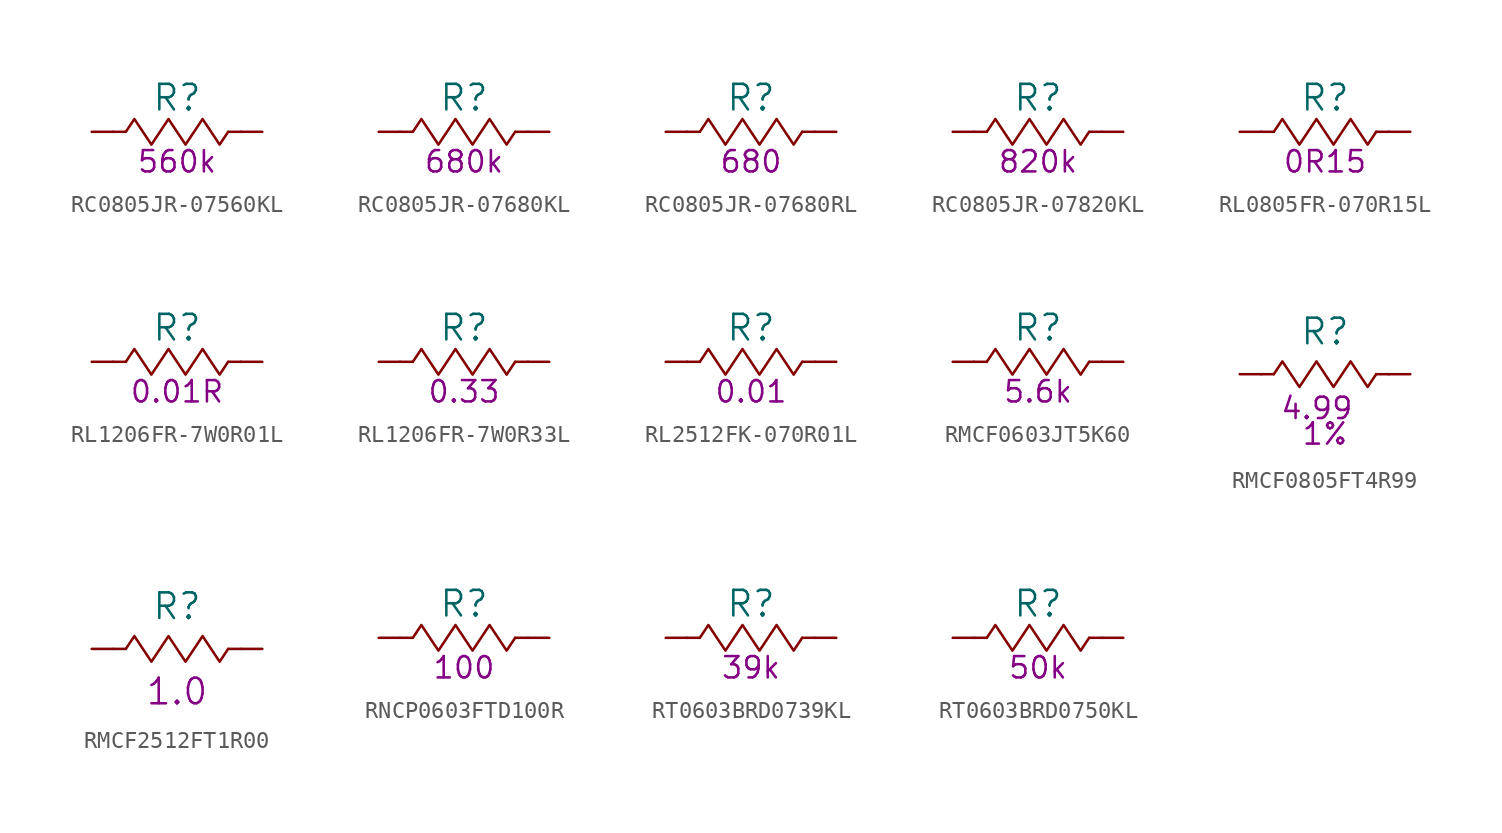
<source format=kicad_sym>
(kicad_symbol_lib
  (version 20220914)
  (generator kicad_symbol_editor)
  (symbol "RC0805JR-07560KL"
    (pin_numbers hide)
    (pin_names
      (offset 0) hide)
    (property "Reference" "R"
      (at 0 2.032 0)
      (effects (font (size 1.524 1.524))))
    (property "Resistance (Ohms)" "560k"
      (at 0 -1.778 0)
      (effects (font (size 1.27 1.27))))
    (symbol "RC0805JR-07560KL_0_1"
      (rectangle (start -3.048 0) (end -3.81 0) (stroke (width 0) (type default)) (fill (type none)))
      (polyline (pts (xy -3.048 0) (xy -2.54 0.762) (xy -2.032 0) (xy -1.524 -0.762) (xy -1.016 0) (xy -0.508 0.762) (xy 0 0) (xy 0.508 -0.762) (xy 1.016 0) (xy 1.524 0.762) (xy 2.032 0) (xy 2.54 -0.762) (xy 3.048 0)) (stroke (width 0) (type default)) (fill (type none)))
      (rectangle (start 3.81 0) (end 3.048 0) (stroke (width 0) (type default)) (fill (type none))))
    (symbol "RC0805JR-07560KL_1_1"
      (pin passive line (at -5.08 0 0) (length 1.27) (name "1" (effects (font (size 1.27 1.27)))) (number "1" (effects (font (size 1.27 1.27)))))
      (pin passive line (at 5.08 0 180) (length 1.27) (name "2" (effects (font (size 1.27 1.27)))) (number "2" (effects (font (size 1.27 1.27)))))))
  (symbol "RC0805JR-07680KL"
    (pin_numbers hide)
    (pin_names
      (offset 0) hide)
    (property "Reference" "R"
      (at 0 2.032 0)
      (effects (font (size 1.524 1.524))))
    (property "Resistance (Ohms)" "680k"
      (at 0 -1.778 0)
      (effects (font (size 1.27 1.27))))
    (symbol "RC0805JR-07680KL_0_1"
      (rectangle (start -3.048 0) (end -3.81 0) (stroke (width 0) (type default)) (fill (type none)))
      (polyline (pts (xy -3.048 0) (xy -2.54 0.762) (xy -2.032 0) (xy -1.524 -0.762) (xy -1.016 0) (xy -0.508 0.762) (xy 0 0) (xy 0.508 -0.762) (xy 1.016 0) (xy 1.524 0.762) (xy 2.032 0) (xy 2.54 -0.762) (xy 3.048 0)) (stroke (width 0) (type default)) (fill (type none)))
      (rectangle (start 3.81 0) (end 3.048 0) (stroke (width 0) (type default)) (fill (type none))))
    (symbol "RC0805JR-07680KL_1_1"
      (pin passive line (at -5.08 0 0) (length 1.27) (name "1" (effects (font (size 1.27 1.27)))) (number "1" (effects (font (size 1.27 1.27)))))
      (pin passive line (at 5.08 0 180) (length 1.27) (name "2" (effects (font (size 1.27 1.27)))) (number "2" (effects (font (size 1.27 1.27)))))))
  (symbol "RC0805JR-07680RL"
    (pin_numbers hide)
    (pin_names
      (offset 0) hide)
    (property "Reference" "R"
      (at 0 2.032 0)
      (effects (font (size 1.524 1.524))))
    (property "Resistance (Ohms)" "680"
      (at 0 -1.778 0)
      (effects (font (size 1.27 1.27))))
    (symbol "RC0805JR-07680RL_0_1"
      (rectangle (start -3.048 0) (end -3.81 0) (stroke (width 0) (type default)) (fill (type none)))
      (polyline (pts (xy -3.048 0) (xy -2.54 0.762) (xy -2.032 0) (xy -1.524 -0.762) (xy -1.016 0) (xy -0.508 0.762) (xy 0 0) (xy 0.508 -0.762) (xy 1.016 0) (xy 1.524 0.762) (xy 2.032 0) (xy 2.54 -0.762) (xy 3.048 0)) (stroke (width 0) (type default)) (fill (type none)))
      (rectangle (start 3.81 0) (end 3.048 0) (stroke (width 0) (type default)) (fill (type none))))
    (symbol "RC0805JR-07680RL_1_1"
      (pin passive line (at -5.08 0 0) (length 1.27) (name "1" (effects (font (size 1.27 1.27)))) (number "1" (effects (font (size 1.27 1.27)))))
      (pin passive line (at 5.08 0 180) (length 1.27) (name "2" (effects (font (size 1.27 1.27)))) (number "2" (effects (font (size 1.27 1.27)))))))
  (symbol "RC0805JR-07820KL"
    (pin_numbers hide)
    (pin_names
      (offset 0) hide)
    (property "Reference" "R"
      (at 0 2.032 0)
      (effects (font (size 1.524 1.524))))
    (property "Resistance (Ohms)" "820k"
      (at 0 -1.778 0)
      (effects (font (size 1.27 1.27))))
    (symbol "RC0805JR-07820KL_0_1"
      (rectangle (start -3.048 0) (end -3.81 0) (stroke (width 0) (type default)) (fill (type none)))
      (polyline (pts (xy -3.048 0) (xy -2.54 0.762) (xy -2.032 0) (xy -1.524 -0.762) (xy -1.016 0) (xy -0.508 0.762) (xy 0 0) (xy 0.508 -0.762) (xy 1.016 0) (xy 1.524 0.762) (xy 2.032 0) (xy 2.54 -0.762) (xy 3.048 0)) (stroke (width 0) (type default)) (fill (type none)))
      (rectangle (start 3.81 0) (end 3.048 0) (stroke (width 0) (type default)) (fill (type none))))
    (symbol "RC0805JR-07820KL_1_1"
      (pin passive line (at -5.08 0 0) (length 1.27) (name "1" (effects (font (size 1.27 1.27)))) (number "1" (effects (font (size 1.27 1.27)))))
      (pin passive line (at 5.08 0 180) (length 1.27) (name "2" (effects (font (size 1.27 1.27)))) (number "2" (effects (font (size 1.27 1.27)))))))
  (symbol "RL0805FR-070R15L"
    (pin_numbers hide)
    (pin_names
      (offset 0) hide)
    (property "Reference" "R"
      (at 0 2.032 0)
      (effects (font (size 1.524 1.524))))
    (property "Resistance (Ohms)" "0R15"
      (at 0 -1.778 0)
      (effects (font (size 1.27 1.27))))
    (symbol "RL0805FR-070R15L_0_1"
      (rectangle (start -3.048 0) (end -3.81 0) (stroke (width 0) (type default)) (fill (type none)))
      (polyline (pts (xy -3.048 0) (xy -2.54 0.762) (xy -2.032 0) (xy -1.524 -0.762) (xy -1.016 0) (xy -0.508 0.762) (xy 0 0) (xy 0.508 -0.762) (xy 1.016 0) (xy 1.524 0.762) (xy 2.032 0) (xy 2.54 -0.762) (xy 3.048 0)) (stroke (width 0) (type default)) (fill (type none)))
      (rectangle (start 3.81 0) (end 3.048 0) (stroke (width 0) (type default)) (fill (type none))))
    (symbol "RL0805FR-070R15L_1_1"
      (pin passive line (at -5.08 0 0) (length 1.27) (name "1" (effects (font (size 1.27 1.27)))) (number "1" (effects (font (size 1.27 1.27)))))
      (pin passive line (at 5.08 0 180) (length 1.27) (name "2" (effects (font (size 1.27 1.27)))) (number "2" (effects (font (size 1.27 1.27)))))))
  (symbol "RL1206FR-7W0R01L"
    (pin_numbers hide)
    (pin_names
      (offset 0) hide)
    (property "Reference" "R"
      (at 0 2.032 0)
      (effects (font (size 1.524 1.524))))
    (property "Resistance (Ohms)" "0.01R"
      (at 0 -1.778 0)
      (effects (font (size 1.27 1.27))))
    (symbol "RL1206FR-7W0R01L_0_1"
      (rectangle (start -3.048 0) (end -3.81 0) (stroke (width 0) (type default)) (fill (type none)))
      (polyline (pts (xy -3.048 0) (xy -2.54 0.762) (xy -2.032 0) (xy -1.524 -0.762) (xy -1.016 0) (xy -0.508 0.762) (xy 0 0) (xy 0.508 -0.762) (xy 1.016 0) (xy 1.524 0.762) (xy 2.032 0) (xy 2.54 -0.762) (xy 3.048 0)) (stroke (width 0) (type default)) (fill (type none)))
      (rectangle (start 3.81 0) (end 3.048 0) (stroke (width 0) (type default)) (fill (type none))))
    (symbol "RL1206FR-7W0R01L_1_1"
      (pin passive line (at -5.08 0 0) (length 1.27) (name "1" (effects (font (size 1.27 1.27)))) (number "1" (effects (font (size 1.27 1.27)))))
      (pin passive line (at 5.08 0 180) (length 1.27) (name "2" (effects (font (size 1.27 1.27)))) (number "2" (effects (font (size 1.27 1.27)))))))
  (symbol "RL1206FR-7W0R33L"
    (pin_numbers hide)
    (pin_names
      (offset 0) hide)
    (property "Reference" "R"
      (at 0 2.032 0)
      (effects (font (size 1.524 1.524))))
    (property "Resistance (Ohms)" "0.33"
      (at 0 -1.778 0)
      (effects (font (size 1.27 1.27))))
    (symbol "RL1206FR-7W0R33L_0_1"
      (rectangle (start -3.048 0) (end -3.81 0) (stroke (width 0) (type default)) (fill (type none)))
      (polyline (pts (xy -3.048 0) (xy -2.54 0.762) (xy -2.032 0) (xy -1.524 -0.762) (xy -1.016 0) (xy -0.508 0.762) (xy 0 0) (xy 0.508 -0.762) (xy 1.016 0) (xy 1.524 0.762) (xy 2.032 0) (xy 2.54 -0.762) (xy 3.048 0)) (stroke (width 0) (type default)) (fill (type none)))
      (rectangle (start 3.81 0) (end 3.048 0) (stroke (width 0) (type default)) (fill (type none))))
    (symbol "RL1206FR-7W0R33L_1_1"
      (pin passive line (at -5.08 0 0) (length 1.27) (name "1" (effects (font (size 1.27 1.27)))) (number "1" (effects (font (size 1.27 1.27)))))
      (pin passive line (at 5.08 0 180) (length 1.27) (name "2" (effects (font (size 1.27 1.27)))) (number "2" (effects (font (size 1.27 1.27)))))))
  (symbol "RL2512FK-070R01L"
    (pin_numbers hide)
    (pin_names
      (offset 0) hide)
    (property "Reference" "R"
      (at 0 2.032 0)
      (effects (font (size 1.524 1.524))))
    (property "Resistance (Ohms)" "0.01"
      (at 0 -1.778 0)
      (effects (font (size 1.27 1.27))))
    (symbol "RL2512FK-070R01L_0_1"
      (rectangle (start -3.048 0) (end -3.81 0) (stroke (width 0) (type default)) (fill (type none)))
      (polyline (pts (xy -3.048 0) (xy -2.54 0.762) (xy -2.032 0) (xy -1.524 -0.762) (xy -1.016 0) (xy -0.508 0.762) (xy 0 0) (xy 0.508 -0.762) (xy 1.016 0) (xy 1.524 0.762) (xy 2.032 0) (xy 2.54 -0.762) (xy 3.048 0)) (stroke (width 0) (type default)) (fill (type none)))
      (rectangle (start 3.81 0) (end 3.048 0) (stroke (width 0) (type default)) (fill (type none))))
    (symbol "RL2512FK-070R01L_1_1"
      (pin passive line (at -5.08 0 0) (length 1.27) (name "1" (effects (font (size 1.27 1.27)))) (number "1" (effects (font (size 1.27 1.27)))))
      (pin passive line (at 5.08 0 180) (length 1.27) (name "2" (effects (font (size 1.27 1.27)))) (number "2" (effects (font (size 1.27 1.27)))))))
  (symbol "RMCF0603JT5K60"
    (pin_numbers hide)
    (pin_names
      (offset 0) hide)
    (property "Reference" "R"
      (at 0 2.032 0)
      (effects (font (size 1.524 1.524))))
    (property "Resistance (Ohms)" "5.6k"
      (at 0 -1.778 0)
      (effects (font (size 1.27 1.27))))
    (symbol "RMCF0603JT5K60_0_1"
      (rectangle (start -3.048 0) (end -3.81 0) (stroke (width 0) (type default)) (fill (type none)))
      (polyline (pts (xy -3.048 0) (xy -2.54 0.762) (xy -2.032 0) (xy -1.524 -0.762) (xy -1.016 0) (xy -0.508 0.762) (xy 0 0) (xy 0.508 -0.762) (xy 1.016 0) (xy 1.524 0.762) (xy 2.032 0) (xy 2.54 -0.762) (xy 3.048 0)) (stroke (width 0) (type default)) (fill (type none)))
      (rectangle (start 3.81 0) (end 3.048 0) (stroke (width 0) (type default)) (fill (type none))))
    (symbol "RMCF0603JT5K60_1_1"
      (pin passive line (at -5.08 0 0) (length 1.27) (name "1" (effects (font (size 1.27 1.27)))) (number "1" (effects (font (size 1.27 1.27)))))
      (pin passive line (at 5.08 0 180) (length 1.27) (name "2" (effects (font (size 1.27 1.27)))) (number "2" (effects (font (size 1.27 1.27)))))))
  (symbol "RMCF0805FT4R99"
    (pin_numbers hide)
    (pin_names
      (offset 0) hide)
    (property "Reference" "R"
      (at 0 2.54 0)
      (effects (font (size 1.524 1.524))))
    (property "Resistance (Ohms)" "4.99 "
      (at 0 -2.032 0)
      (effects (font (size 1.27 1.27))))
    (property "Tolerance (%)" "1%"
      (at 0 -3.556 0)
      (effects (font (size 1.27 1.27))))
    (symbol "RMCF0805FT4R99_0_1"
      (rectangle (start -3.81 0) (end -3.048 0) (stroke (width 0) (type default)) (fill (type none)))
      (rectangle (start 3.81 0) (end 3.048 0) (stroke (width 0) (type default)) (fill (type none))))
    (symbol "RMCF0805FT4R99_1_1"
      (polyline (pts (xy -3.048 0) (xy -2.54 0.762) (xy -2.032 0) (xy -1.524 -0.762) (xy -1.016 0) (xy -0.508 0.762) (xy 0 0) (xy 0.508 -0.762) (xy 1.016 0) (xy 1.524 0.762) (xy 2.032 0) (xy 2.54 -0.762) (xy 3.048 0)) (stroke (width 0) (type default)) (fill (type none)))
      (pin passive line (at -5.08 0 0) (length 1.27) (name "1" (effects (font (size 1.27 1.27)))) (number "1" (effects (font (size 1.27 1.27)))))
      (pin passive line (at 5.08 0 180) (length 1.27) (name "2" (effects (font (size 1.27 1.27)))) (number "2" (effects (font (size 1.27 1.27)))))))
  (symbol "RMCF2512FT1R00"
    (pin_numbers hide)
    (pin_names
      (offset 0) hide)
    (property "Reference" "R"
      (at 0 2.54 0)
      (effects (font (size 1.524 1.524))))
    (property "Resistance (Ohm)" "1.0"
      (at 0 -2.54 0)
      (effects (font (size 1.524 1.524))))
    (symbol "RMCF2512FT1R00_1_1"
      (rectangle (start -3.048 0) (end -3.81 0) (stroke (width 0) (type default)) (fill (type none)))
      (polyline (pts (xy -3.048 0) (xy -2.54 0.762) (xy -2.032 0) (xy -1.524 -0.762) (xy -1.016 0) (xy -0.508 0.762) (xy 0 0) (xy 0.508 -0.762) (xy 1.016 0) (xy 1.524 0.762) (xy 2.032 0) (xy 2.54 -0.762) (xy 3.048 0)) (stroke (width 0) (type default)) (fill (type none)))
      (rectangle (start 3.81 0) (end 3.048 0) (stroke (width 0) (type default)) (fill (type none)))
      (pin passive line (at -5.08 0 0) (length 1.27) (name "1" (effects (font (size 1.27 1.27)))) (number "1" (effects (font (size 1.27 1.27)))))
      (pin passive line (at 5.08 0 180) (length 1.27) (name "2" (effects (font (size 1.27 1.27)))) (number "2" (effects (font (size 1.27 1.27)))))))
  (symbol "RNCP0603FTD100R"
    (pin_numbers hide)
    (pin_names
      (offset 0) hide)
    (property "Reference" "R"
      (at 0 2.032 0)
      (effects (font (size 1.524 1.524))))
    (property "Resistance (Ohms)" "100"
      (at 0 -1.778 0)
      (effects (font (size 1.27 1.27))))
    (symbol "RNCP0603FTD100R_0_1"
      (rectangle (start -3.048 0) (end -3.81 0) (stroke (width 0) (type default)) (fill (type none)))
      (polyline (pts (xy -3.048 0) (xy -2.54 0.762) (xy -2.032 0) (xy -1.524 -0.762) (xy -1.016 0) (xy -0.508 0.762) (xy 0 0) (xy 0.508 -0.762) (xy 1.016 0) (xy 1.524 0.762) (xy 2.032 0) (xy 2.54 -0.762) (xy 3.048 0)) (stroke (width 0) (type default)) (fill (type none)))
      (rectangle (start 3.81 0) (end 3.048 0) (stroke (width 0) (type default)) (fill (type none))))
    (symbol "RNCP0603FTD100R_1_1"
      (pin passive line (at -5.08 0 0) (length 1.27) (name "1" (effects (font (size 1.27 1.27)))) (number "1" (effects (font (size 1.27 1.27)))))
      (pin passive line (at 5.08 0 180) (length 1.27) (name "2" (effects (font (size 1.27 1.27)))) (number "2" (effects (font (size 1.27 1.27)))))))
  (symbol "RT0603BRD0739KL"
    (pin_numbers hide)
    (pin_names
      (offset 0) hide)
    (property "Reference" "R"
      (at 0 2.032 0)
      (effects (font (size 1.524 1.524))))
    (property "Resistance (Ohms)" "39k"
      (at 0 -1.778 0)
      (effects (font (size 1.27 1.27))))
    (symbol "RT0603BRD0739KL_0_1"
      (rectangle (start -3.048 0) (end -3.81 0) (stroke (width 0) (type default)) (fill (type none)))
      (polyline (pts (xy -3.048 0) (xy -2.54 0.762) (xy -2.032 0) (xy -1.524 -0.762) (xy -1.016 0) (xy -0.508 0.762) (xy 0 0) (xy 0.508 -0.762) (xy 1.016 0) (xy 1.524 0.762) (xy 2.032 0) (xy 2.54 -0.762) (xy 3.048 0)) (stroke (width 0) (type default)) (fill (type none)))
      (rectangle (start 3.81 0) (end 3.048 0) (stroke (width 0) (type default)) (fill (type none))))
    (symbol "RT0603BRD0739KL_1_1"
      (pin passive line (at -5.08 0 0) (length 1.27) (name "1" (effects (font (size 1.27 1.27)))) (number "1" (effects (font (size 1.27 1.27)))))
      (pin passive line (at 5.08 0 180) (length 1.27) (name "2" (effects (font (size 1.27 1.27)))) (number "2" (effects (font (size 1.27 1.27)))))))
  (symbol "RT0603BRD0750KL"
    (pin_numbers hide)
    (pin_names
      (offset 0) hide)
    (property "Reference" "R"
      (at 0 2.032 0)
      (effects (font (size 1.524 1.524))))
    (property "Resistance (Ohms)" "50k"
      (at 0 -1.778 0)
      (effects (font (size 1.27 1.27))))
    (symbol "RT0603BRD0750KL_0_1"
      (rectangle (start -3.048 0) (end -3.81 0) (stroke (width 0) (type default)) (fill (type none)))
      (polyline (pts (xy -3.048 0) (xy -2.54 0.762) (xy -2.032 0) (xy -1.524 -0.762) (xy -1.016 0) (xy -0.508 0.762) (xy 0 0) (xy 0.508 -0.762) (xy 1.016 0) (xy 1.524 0.762) (xy 2.032 0) (xy 2.54 -0.762) (xy 3.048 0)) (stroke (width 0) (type default)) (fill (type none)))
      (rectangle (start 3.81 0) (end 3.048 0) (stroke (width 0) (type default)) (fill (type none))))
    (symbol "RT0603BRD0750KL_1_1"
      (pin passive line (at -5.08 0 0) (length 1.27) (name "1" (effects (font (size 1.27 1.27)))) (number "1" (effects (font (size 1.27 1.27)))))
      (pin passive line (at 5.08 0 180) (length 1.27) (name "2" (effects (font (size 1.27 1.27)))) (number "2" (effects (font (size 1.27 1.27))))))))
</source>
